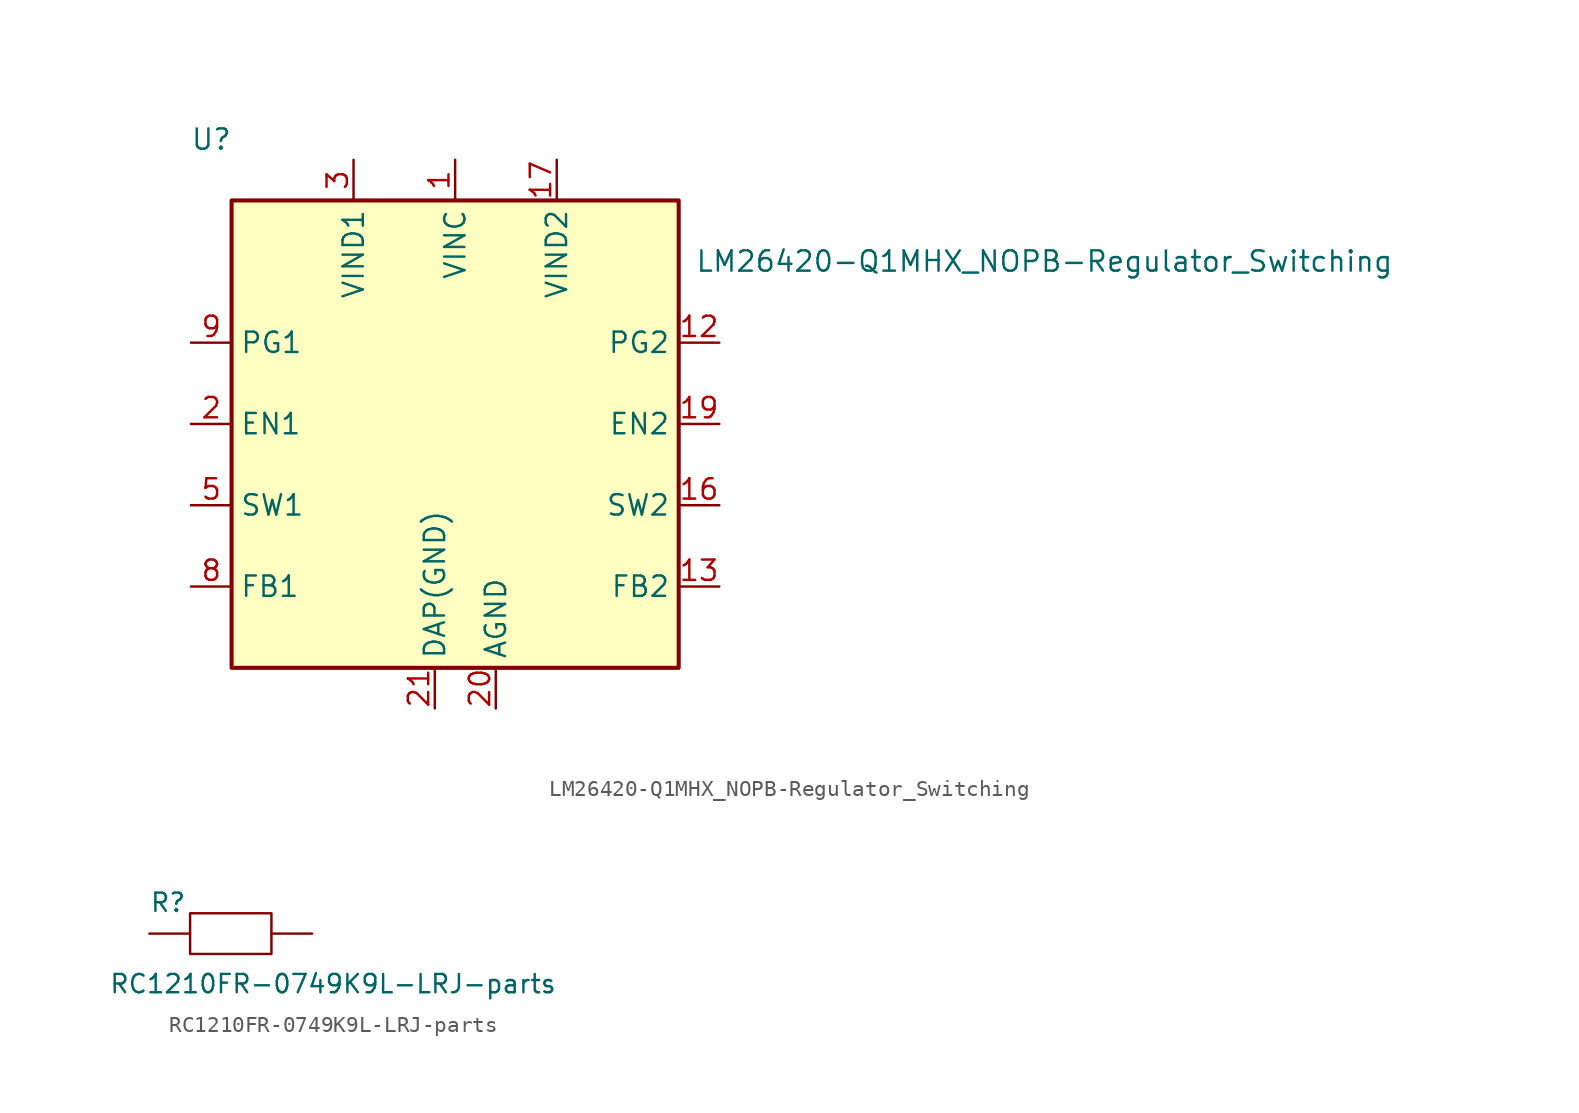
<source format=kicad_sym>
(kicad_symbol_lib
  (version 20211014)
  (generator kicad_symbol_editor)
  (symbol "LM26420-Q1MHX_NOPB-Regulator_Switching"
    (property "Reference" "U"
      (at -15.24 25.4 0)
      (effects (font (size 1.27 1.27))))
    (property "Value" "LM26420-Q1MHX_NOPB-Regulator_Switching"
      (at 36.83 17.78 0)
      (effects (font (size 1.27 1.27))))
    (symbol "LM26420-Q1MHX_NOPB-Regulator_Switching_0_1"
      (rectangle (start -13.97 -7.62) (end 13.97 21.59) (stroke (width 0.254) (type default) (color 0 0 0 0)) (fill (type background))))
    (symbol "LM26420-Q1MHX_NOPB-Regulator_Switching_1_1"
      (pin power_in line (at 0 24.13 270) (length 2.54) (name "VINC" (effects (font (size 1.27 1.27)))) (number "1" (effects (font (size 1.27 1.27)))))
      (pin passive line (at -1.27 -10.16 90) (length 2.54) hide (name "DAP(GND)" (effects (font (size 1.27 1.27)))) (number "10" (effects (font (size 1.27 1.27)))))
      (pin passive line (at -1.27 -10.16 90) (length 2.54) hide (name "DAP(GND)" (effects (font (size 1.27 1.27)))) (number "11" (effects (font (size 1.27 1.27)))))
      (pin output line (at 16.51 12.7 180) (length 2.54) (name "PG2" (effects (font (size 1.27 1.27)))) (number "12" (effects (font (size 1.27 1.27)))))
      (pin input line (at 16.51 -2.54 180) (length 2.54) (name "FB2" (effects (font (size 1.27 1.27)))) (number "13" (effects (font (size 1.27 1.27)))))
      (pin passive line (at -1.27 -10.16 90) (length 2.54) hide (name "PGND2" (effects (font (size 1.27 1.27)))) (number "14" (effects (font (size 1.27 1.27)))))
      (pin passive line (at -1.27 -10.16 90) (length 2.54) hide (name "PGND2" (effects (font (size 1.27 1.27)))) (number "15" (effects (font (size 1.27 1.27)))))
      (pin power_out line (at 16.51 2.54 180) (length 2.54) (name "SW2" (effects (font (size 1.27 1.27)))) (number "16" (effects (font (size 1.27 1.27)))))
      (pin power_in line (at 6.35 24.13 270) (length 2.54) (name "VIND2" (effects (font (size 1.27 1.27)))) (number "17" (effects (font (size 1.27 1.27)))))
      (pin passive line (at 6.35 24.13 270) (length 2.54) hide (name "VIND2" (effects (font (size 1.27 1.27)))) (number "18" (effects (font (size 1.27 1.27)))))
      (pin input line (at 16.51 7.62 180) (length 2.54) (name "EN2" (effects (font (size 1.27 1.27)))) (number "19" (effects (font (size 1.27 1.27)))))
      (pin input line (at -16.51 7.62 0) (length 2.54) (name "EN1" (effects (font (size 1.27 1.27)))) (number "2" (effects (font (size 1.27 1.27)))))
      (pin power_in line (at 2.54 -10.16 90) (length 2.54) (name "AGND" (effects (font (size 1.27 1.27)))) (number "20" (effects (font (size 1.27 1.27)))))
      (pin power_in line (at -1.27 -10.16 90) (length 2.54) (name "DAP(GND)" (effects (font (size 1.27 1.27)))) (number "21" (effects (font (size 1.27 1.27)))))
      (pin power_in line (at -6.35 24.13 270) (length 2.54) (name "VIND1" (effects (font (size 1.27 1.27)))) (number "3" (effects (font (size 1.27 1.27)))))
      (pin passive line (at -6.35 24.13 270) (length 2.54) hide (name "VIND1" (effects (font (size 1.27 1.27)))) (number "4" (effects (font (size 1.27 1.27)))))
      (pin power_out line (at -16.51 2.54 0) (length 2.54) (name "SW1" (effects (font (size 1.27 1.27)))) (number "5" (effects (font (size 1.27 1.27)))))
      (pin passive line (at -1.27 -10.16 90) (length 2.54) hide (name "PGND1" (effects (font (size 1.27 1.27)))) (number "6" (effects (font (size 1.27 1.27)))))
      (pin passive line (at -1.27 -10.16 90) (length 2.54) hide (name "PGND1" (effects (font (size 1.27 1.27)))) (number "7" (effects (font (size 1.27 1.27)))))
      (pin input line (at -16.51 -2.54 0) (length 2.54) (name "FB1" (effects (font (size 1.27 1.27)))) (number "8" (effects (font (size 1.27 1.27)))))
      (pin output line (at -16.51 12.7 0) (length 2.54) (name "PG1" (effects (font (size 1.27 1.27)))) (number "9" (effects (font (size 1.27 1.27)))))))
  (symbol "RC1210FR-0749K9L-LRJ-parts"
    (pin_numbers hide)
    (pin_names
      (offset 1.016) hide)
    (property "Reference" "R"
      (at -5.08 1.27 0)
      (effects (font (size 1.143 1.143)) (justify left bottom)))
    (property "Value" "RC1210FR-0749K9L-LRJ-parts"
      (at -7.62 -3.81 0)
      (effects (font (size 1.143 1.143)) (justify left bottom)))
    (symbol "RC1210FR-0749K9L-LRJ-parts_0_1"
      (rectangle (start -2.54 1.27) (end 2.54 -1.27) (stroke (width 0) (type default) (color 0 0 0 0)) (fill (type none))))
    (symbol "RC1210FR-0749K9L-LRJ-parts_1_1"
      (pin passive line (at -5.08 0 0) (length 2.54) (name "1" (effects (font (size 1.016 1.016)))) (number "1" (effects (font (size 1.016 1.016)))))
      (pin passive line (at 5.08 0 180) (length 2.54) (name "2" (effects (font (size 1.016 1.016)))) (number "2" (effects (font (size 1.016 1.016))))))))
</source>
